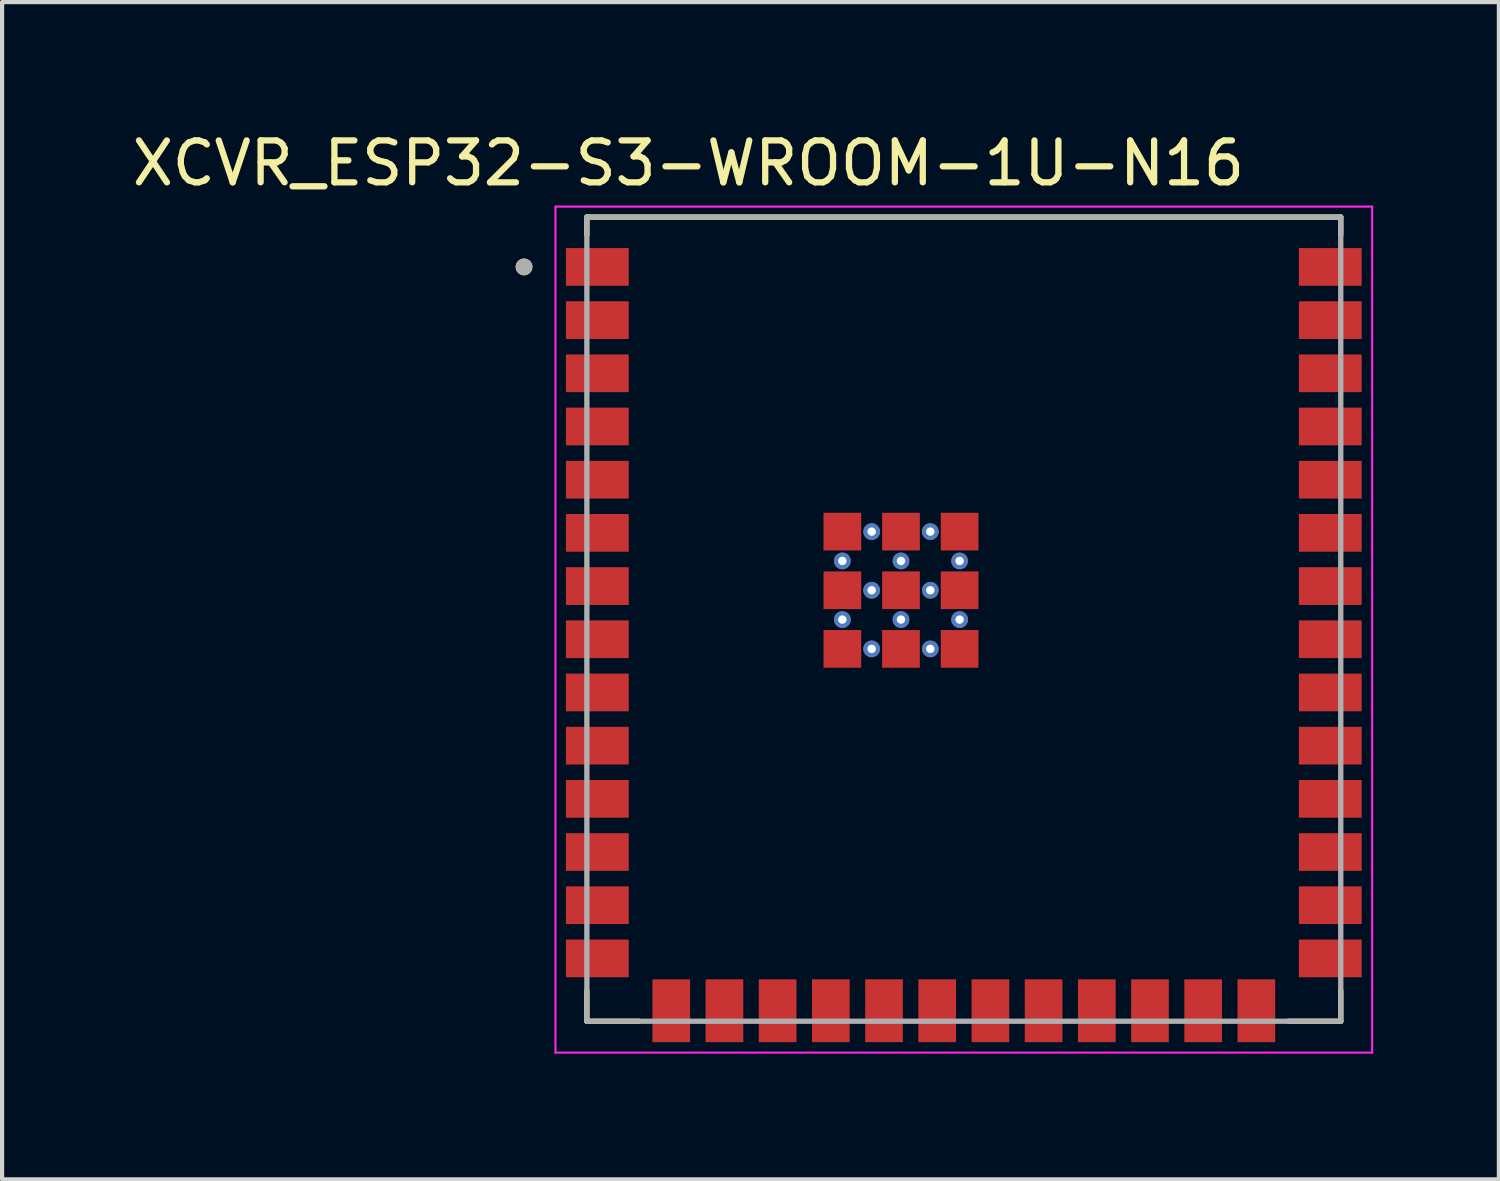
<source format=kicad_pcb>
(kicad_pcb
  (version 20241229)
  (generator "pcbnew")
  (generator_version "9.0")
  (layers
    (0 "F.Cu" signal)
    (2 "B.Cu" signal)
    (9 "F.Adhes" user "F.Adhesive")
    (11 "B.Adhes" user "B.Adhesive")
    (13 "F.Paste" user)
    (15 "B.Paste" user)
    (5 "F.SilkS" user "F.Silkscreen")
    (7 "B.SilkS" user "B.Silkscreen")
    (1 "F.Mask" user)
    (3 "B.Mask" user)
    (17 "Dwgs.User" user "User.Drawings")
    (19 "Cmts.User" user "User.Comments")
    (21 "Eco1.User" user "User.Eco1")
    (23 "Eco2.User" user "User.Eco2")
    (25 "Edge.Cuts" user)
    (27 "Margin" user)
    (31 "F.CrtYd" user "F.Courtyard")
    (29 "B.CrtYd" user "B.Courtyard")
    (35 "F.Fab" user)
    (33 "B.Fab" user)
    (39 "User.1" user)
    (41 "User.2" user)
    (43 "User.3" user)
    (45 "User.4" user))
  (footprint "XCVR_ESP32-S3-WROOM-1U-N16"
    (layer "F.Cu")
    (at 19.962 11.733)
    (property "Reference" "XCVR_ESP32-S3-WROOM-1U-N16" (at -6.575 -10.885 0) (layer "F.SilkS") (effects (font (size 1 1) (thickness 0.15))))
    (attr smd)
    (fp_line (start -9 -9.6) (end 9 -9.6) (stroke (width 0.127) (type solid)) (layer "F.SilkS"))
    (fp_line (start -9 -9.18) (end -9 -9.6) (stroke (width 0.127) (type solid)) (layer "F.SilkS"))
    (fp_line (start -9 9.6) (end -9 8.87) (stroke (width 0.127) (type solid)) (layer "F.SilkS"))
    (fp_line (start -7.755 9.6) (end -9 9.6) (stroke (width 0.127) (type solid)) (layer "F.SilkS"))
    (fp_line (start 9 -9.6) (end 9 -9.18) (stroke (width 0.127) (type solid)) (layer "F.SilkS"))
    (fp_line (start 9 9.6) (end 7.755 9.6) (stroke (width 0.127) (type solid)) (layer "F.SilkS"))
    (fp_line (start 9 9.6) (end 9 8.87) (stroke (width 0.127) (type solid)) (layer "F.SilkS"))
    (fp_circle (center -10.5 -8.41) (end -10.4 -8.41) (stroke (width 0.2) (type solid)) (fill no) (layer "F.SilkS"))
    (fp_line (start -9.75 -9.85) (end -9.75 10.35) (stroke (width 0.05) (type solid)) (layer "F.CrtYd"))
    (fp_line (start -9.75 10.35) (end 9.75 10.35) (stroke (width 0.05) (type solid)) (layer "F.CrtYd"))
    (fp_line (start 9.75 -9.85) (end -9.75 -9.85) (stroke (width 0.05) (type solid)) (layer "F.CrtYd"))
    (fp_line (start 9.75 10.35) (end 9.75 -9.85) (stroke (width 0.05) (type solid)) (layer "F.CrtYd"))
    (fp_line (start -9 -9.6) (end 9 -9.6) (stroke (width 0.127) (type solid)) (layer "F.Fab"))
    (fp_line (start -9 9.6) (end -9 -9.6) (stroke (width 0.127) (type solid)) (layer "F.Fab"))
    (fp_line (start 9 -9.6) (end 9 9.6) (stroke (width 0.127) (type solid)) (layer "F.Fab"))
    (fp_line (start 9 9.6) (end -9 9.6) (stroke (width 0.127) (type solid)) (layer "F.Fab"))
    (fp_circle (center -10.5 -8.41) (end -10.4 -8.41) (stroke (width 0.2) (type solid)) (fill no) (layer "F.Fab"))
    (pad "1" smd rect (at -8.75 -8.41) (size 1.5 0.9) (layers "F.Cu" "F.Mask" "F.Paste"))
    (pad "2" smd rect (at -8.75 -7.14) (size 1.5 0.9) (layers "F.Cu" "F.Mask" "F.Paste"))
    (pad "3" smd rect (at -8.75 -5.87) (size 1.5 0.9) (layers "F.Cu" "F.Mask" "F.Paste"))
    (pad "4" smd rect (at -8.75 -4.6) (size 1.5 0.9) (layers "F.Cu" "F.Mask" "F.Paste"))
    (pad "5" smd rect (at -8.75 -3.33) (size 1.5 0.9) (layers "F.Cu" "F.Mask" "F.Paste"))
    (pad "6" smd rect (at -8.75 -2.06) (size 1.5 0.9) (layers "F.Cu" "F.Mask" "F.Paste"))
    (pad "7" smd rect (at -8.75 -0.79) (size 1.5 0.9) (layers "F.Cu" "F.Mask" "F.Paste"))
    (pad "8" smd rect (at -8.75 0.48) (size 1.5 0.9) (layers "F.Cu" "F.Mask" "F.Paste"))
    (pad "9" smd rect (at -8.75 1.75) (size 1.5 0.9) (layers "F.Cu" "F.Mask" "F.Paste"))
    (pad "10" smd rect (at -8.75 3.02) (size 1.5 0.9) (layers "F.Cu" "F.Mask" "F.Paste"))
    (pad "11" smd rect (at -8.75 4.29) (size 1.5 0.9) (layers "F.Cu" "F.Mask" "F.Paste"))
    (pad "12" smd rect (at -8.75 5.56) (size 1.5 0.9) (layers "F.Cu" "F.Mask" "F.Paste"))
    (pad "13" smd rect (at -8.75 6.83) (size 1.5 0.9) (layers "F.Cu" "F.Mask" "F.Paste"))
    (pad "14" smd rect (at -8.75 8.1) (size 1.5 0.9) (layers "F.Cu" "F.Mask" "F.Paste"))
    (pad "15" smd rect (at -6.985 9.35) (size 0.9 1.5) (layers "F.Cu" "F.Mask" "F.Paste"))
    (pad "16" smd rect (at -5.715 9.35) (size 0.9 1.5) (layers "F.Cu" "F.Mask" "F.Paste"))
    (pad "17" smd rect (at -4.445 9.35) (size 0.9 1.5) (layers "F.Cu" "F.Mask" "F.Paste"))
    (pad "18" smd rect (at -3.175 9.35) (size 0.9 1.5) (layers "F.Cu" "F.Mask" "F.Paste"))
    (pad "19" smd rect (at -1.905 9.35) (size 0.9 1.5) (layers "F.Cu" "F.Mask" "F.Paste"))
    (pad "20" smd rect (at -0.635 9.35) (size 0.9 1.5) (layers "F.Cu" "F.Mask" "F.Paste"))
    (pad "21" smd rect (at 0.635 9.35) (size 0.9 1.5) (layers "F.Cu" "F.Mask" "F.Paste"))
    (pad "22" smd rect (at 1.905 9.35) (size 0.9 1.5) (layers "F.Cu" "F.Mask" "F.Paste"))
    (pad "23" smd rect (at 3.175 9.35) (size 0.9 1.5) (layers "F.Cu" "F.Mask" "F.Paste"))
    (pad "24" smd rect (at 4.445 9.35) (size 0.9 1.5) (layers "F.Cu" "F.Mask" "F.Paste"))
    (pad "25" smd rect (at 5.715 9.35) (size 0.9 1.5) (layers "F.Cu" "F.Mask" "F.Paste"))
    (pad "26" smd rect (at 6.985 9.35) (size 0.9 1.5) (layers "F.Cu" "F.Mask" "F.Paste"))
    (pad "27" smd rect (at 8.75 8.1) (size 1.5 0.9) (layers "F.Cu" "F.Mask" "F.Paste"))
    (pad "28" smd rect (at 8.75 6.83) (size 1.5 0.9) (layers "F.Cu" "F.Mask" "F.Paste"))
    (pad "29" smd rect (at 8.75 5.56) (size 1.5 0.9) (layers "F.Cu" "F.Mask" "F.Paste"))
    (pad "30" smd rect (at 8.75 4.29) (size 1.5 0.9) (layers "F.Cu" "F.Mask" "F.Paste"))
    (pad "31" smd rect (at 8.75 3.02) (size 1.5 0.9) (layers "F.Cu" "F.Mask" "F.Paste"))
    (pad "32" smd rect (at 8.75 1.75) (size 1.5 0.9) (layers "F.Cu" "F.Mask" "F.Paste"))
    (pad "33" smd rect (at 8.75 0.48) (size 1.5 0.9) (layers "F.Cu" "F.Mask" "F.Paste"))
    (pad "34" smd rect (at 8.75 -0.79) (size 1.5 0.9) (layers "F.Cu" "F.Mask" "F.Paste"))
    (pad "35" smd rect (at 8.75 -2.06) (size 1.5 0.9) (layers "F.Cu" "F.Mask" "F.Paste"))
    (pad "36" smd rect (at 8.75 -3.33) (size 1.5 0.9) (layers "F.Cu" "F.Mask" "F.Paste"))
    (pad "37" smd rect (at 8.75 -4.6) (size 1.5 0.9) (layers "F.Cu" "F.Mask" "F.Paste"))
    (pad "38" smd rect (at 8.75 -5.87) (size 1.5 0.9) (layers "F.Cu" "F.Mask" "F.Paste"))
    (pad "39" smd rect (at 8.75 -7.14) (size 1.5 0.9) (layers "F.Cu" "F.Mask" "F.Paste"))
    (pad "40" smd rect (at 8.75 -8.41) (size 1.5 0.9) (layers "F.Cu" "F.Mask" "F.Paste"))
    (pad "41_1" smd rect (at -2.9 -2.09) (size 0.9 0.9) (layers "F.Cu" "F.Mask" "F.Paste"))
    (pad "41_2" smd rect (at -1.5 -2.09) (size 0.9 0.9) (layers "F.Cu" "F.Mask" "F.Paste"))
    (pad "41_3" smd rect (at -0.1 -2.09) (size 0.9 0.9) (layers "F.Cu" "F.Mask" "F.Paste"))
    (pad "41_4" smd rect (at -2.9 -0.69) (size 0.9 0.9) (layers "F.Cu" "F.Mask" "F.Paste"))
    (pad "41_5" smd rect (at -1.5 -0.69) (size 0.9 0.9) (layers "F.Cu" "F.Mask" "F.Paste"))
    (pad "41_6" smd rect (at -0.1 -0.69) (size 0.9 0.9) (layers "F.Cu" "F.Mask" "F.Paste"))
    (pad "41_7" smd rect (at -2.9 0.71) (size 0.9 0.9) (layers "F.Cu" "F.Mask" "F.Paste"))
    (pad "41_8" smd rect (at -1.5 0.71) (size 0.9 0.9) (layers "F.Cu" "F.Mask" "F.Paste"))
    (pad "41_9" smd rect (at -0.1 0.71) (size 0.9 0.9) (layers "F.Cu" "F.Mask" "F.Paste"))
    (pad "41_10" thru_hole circle (at -2.2 -2.09) (size 0.4 0.4) (drill 0.2) (layers "*.Cu"))
    (pad "41_11" thru_hole circle (at -0.8 -2.09) (size 0.4 0.4) (drill 0.2) (layers "*.Cu"))
    (pad "41_12" thru_hole circle (at -2.9 -1.39) (size 0.4 0.4) (drill 0.2) (layers "*.Cu"))
    (pad "41_13" thru_hole circle (at -1.5 -1.39) (size 0.4 0.4) (drill 0.2) (layers "*.Cu"))
    (pad "41_14" thru_hole circle (at -0.1 -1.39) (size 0.4 0.4) (drill 0.2) (layers "*.Cu"))
    (pad "41_15" thru_hole circle (at -2.2 -0.69) (size 0.4 0.4) (drill 0.2) (layers "*.Cu"))
    (pad "41_16" thru_hole circle (at -0.8 -0.69) (size 0.4 0.4) (drill 0.2) (layers "*.Cu"))
    (pad "41_17" thru_hole circle (at -2.9 0.01) (size 0.4 0.4) (drill 0.2) (layers "*.Cu"))
    (pad "41_18" thru_hole circle (at -1.5 0.01) (size 0.4 0.4) (drill 0.2) (layers "*.Cu"))
    (pad "41_19" thru_hole circle (at -0.1 0.01) (size 0.4 0.4) (drill 0.2) (layers "*.Cu"))
    (pad "41_20" thru_hole circle (at -2.2 0.71) (size 0.4 0.4) (drill 0.2) (layers "*.Cu"))
    (pad "41_21" thru_hole circle (at -0.8 0.71) (size 0.4 0.4) (drill 0.2) (layers "*.Cu")))
  (gr_rect
    (start -3 -3)
    (end 32.737 25.108)
    (stroke (width 0.1) (type default))
    (fill no)
    (layer "Edge.Cuts")))
</source>
